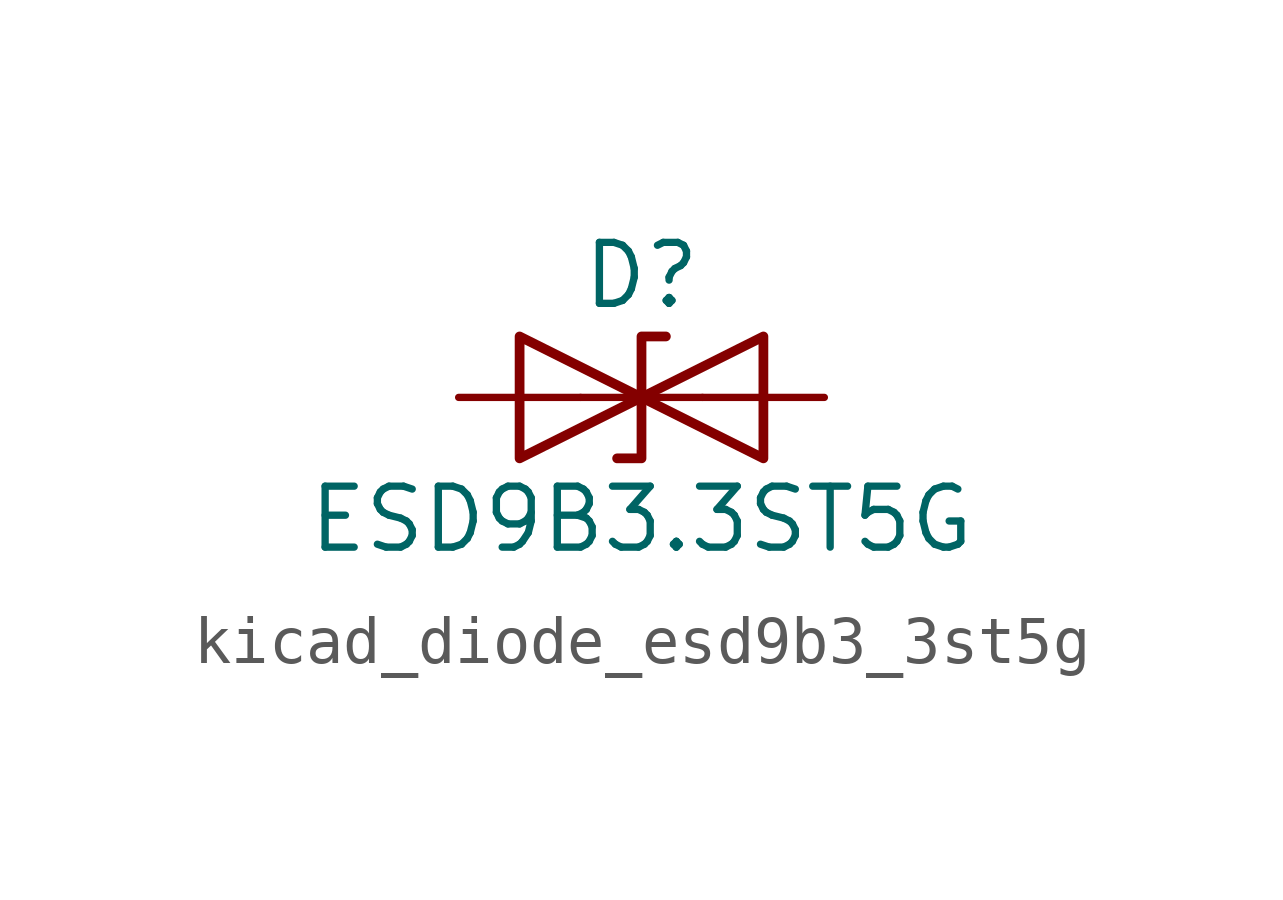
<source format=kicad_sym>
(kicad_symbol_lib
  (version 20220914)
  (generator kicad_symbol_editor)
  (symbol "kicad_diode_esd9b3_3st5g"
    (pin_numbers hide)
    (pin_names
      (offset 1.016) hide)
    (property "Reference" "D"
      (at 0 2.54 0)
      (effects (font (size 1.27 1.27))))
    (property "Value" "ESD9B3.3ST5G"
      (at 0 -2.54 0)
      (effects (font (size 1.27 1.27))))
    (symbol "kicad_diode_esd9b3_3st5g_0_1"
      (polyline (pts (xy 1.27 0) (xy -1.27 0)) (stroke (width 0) (type default)) (fill (type none)))
      (polyline (pts (xy -2.54 -1.27) (xy 0 0) (xy -2.54 1.27) (xy -2.54 -1.27)) (stroke (width 0.203) (type default)) (fill (type none)))
      (polyline (pts (xy 0.508 1.27) (xy 0 1.27) (xy 0 -1.27) (xy -0.508 -1.27)) (stroke (width 0.203) (type default)) (fill (type none)))
      (polyline (pts (xy 2.54 1.27) (xy 2.54 -1.27) (xy 0 0) (xy 2.54 1.27)) (stroke (width 0.203) (type default)) (fill (type none))))
    (symbol "kicad_diode_esd9b3_3st5g_1_1"
      (pin passive line (at -3.81 0 0) (length 2.54) (name "A1" (effects (font (size 1.27 1.27)))) (number "1" (effects (font (size 1.27 1.27)))))
      (pin passive line (at 3.81 0 180) (length 2.54) (name "A2" (effects (font (size 1.27 1.27)))) (number "2" (effects (font (size 1.27 1.27))))))))
</source>
